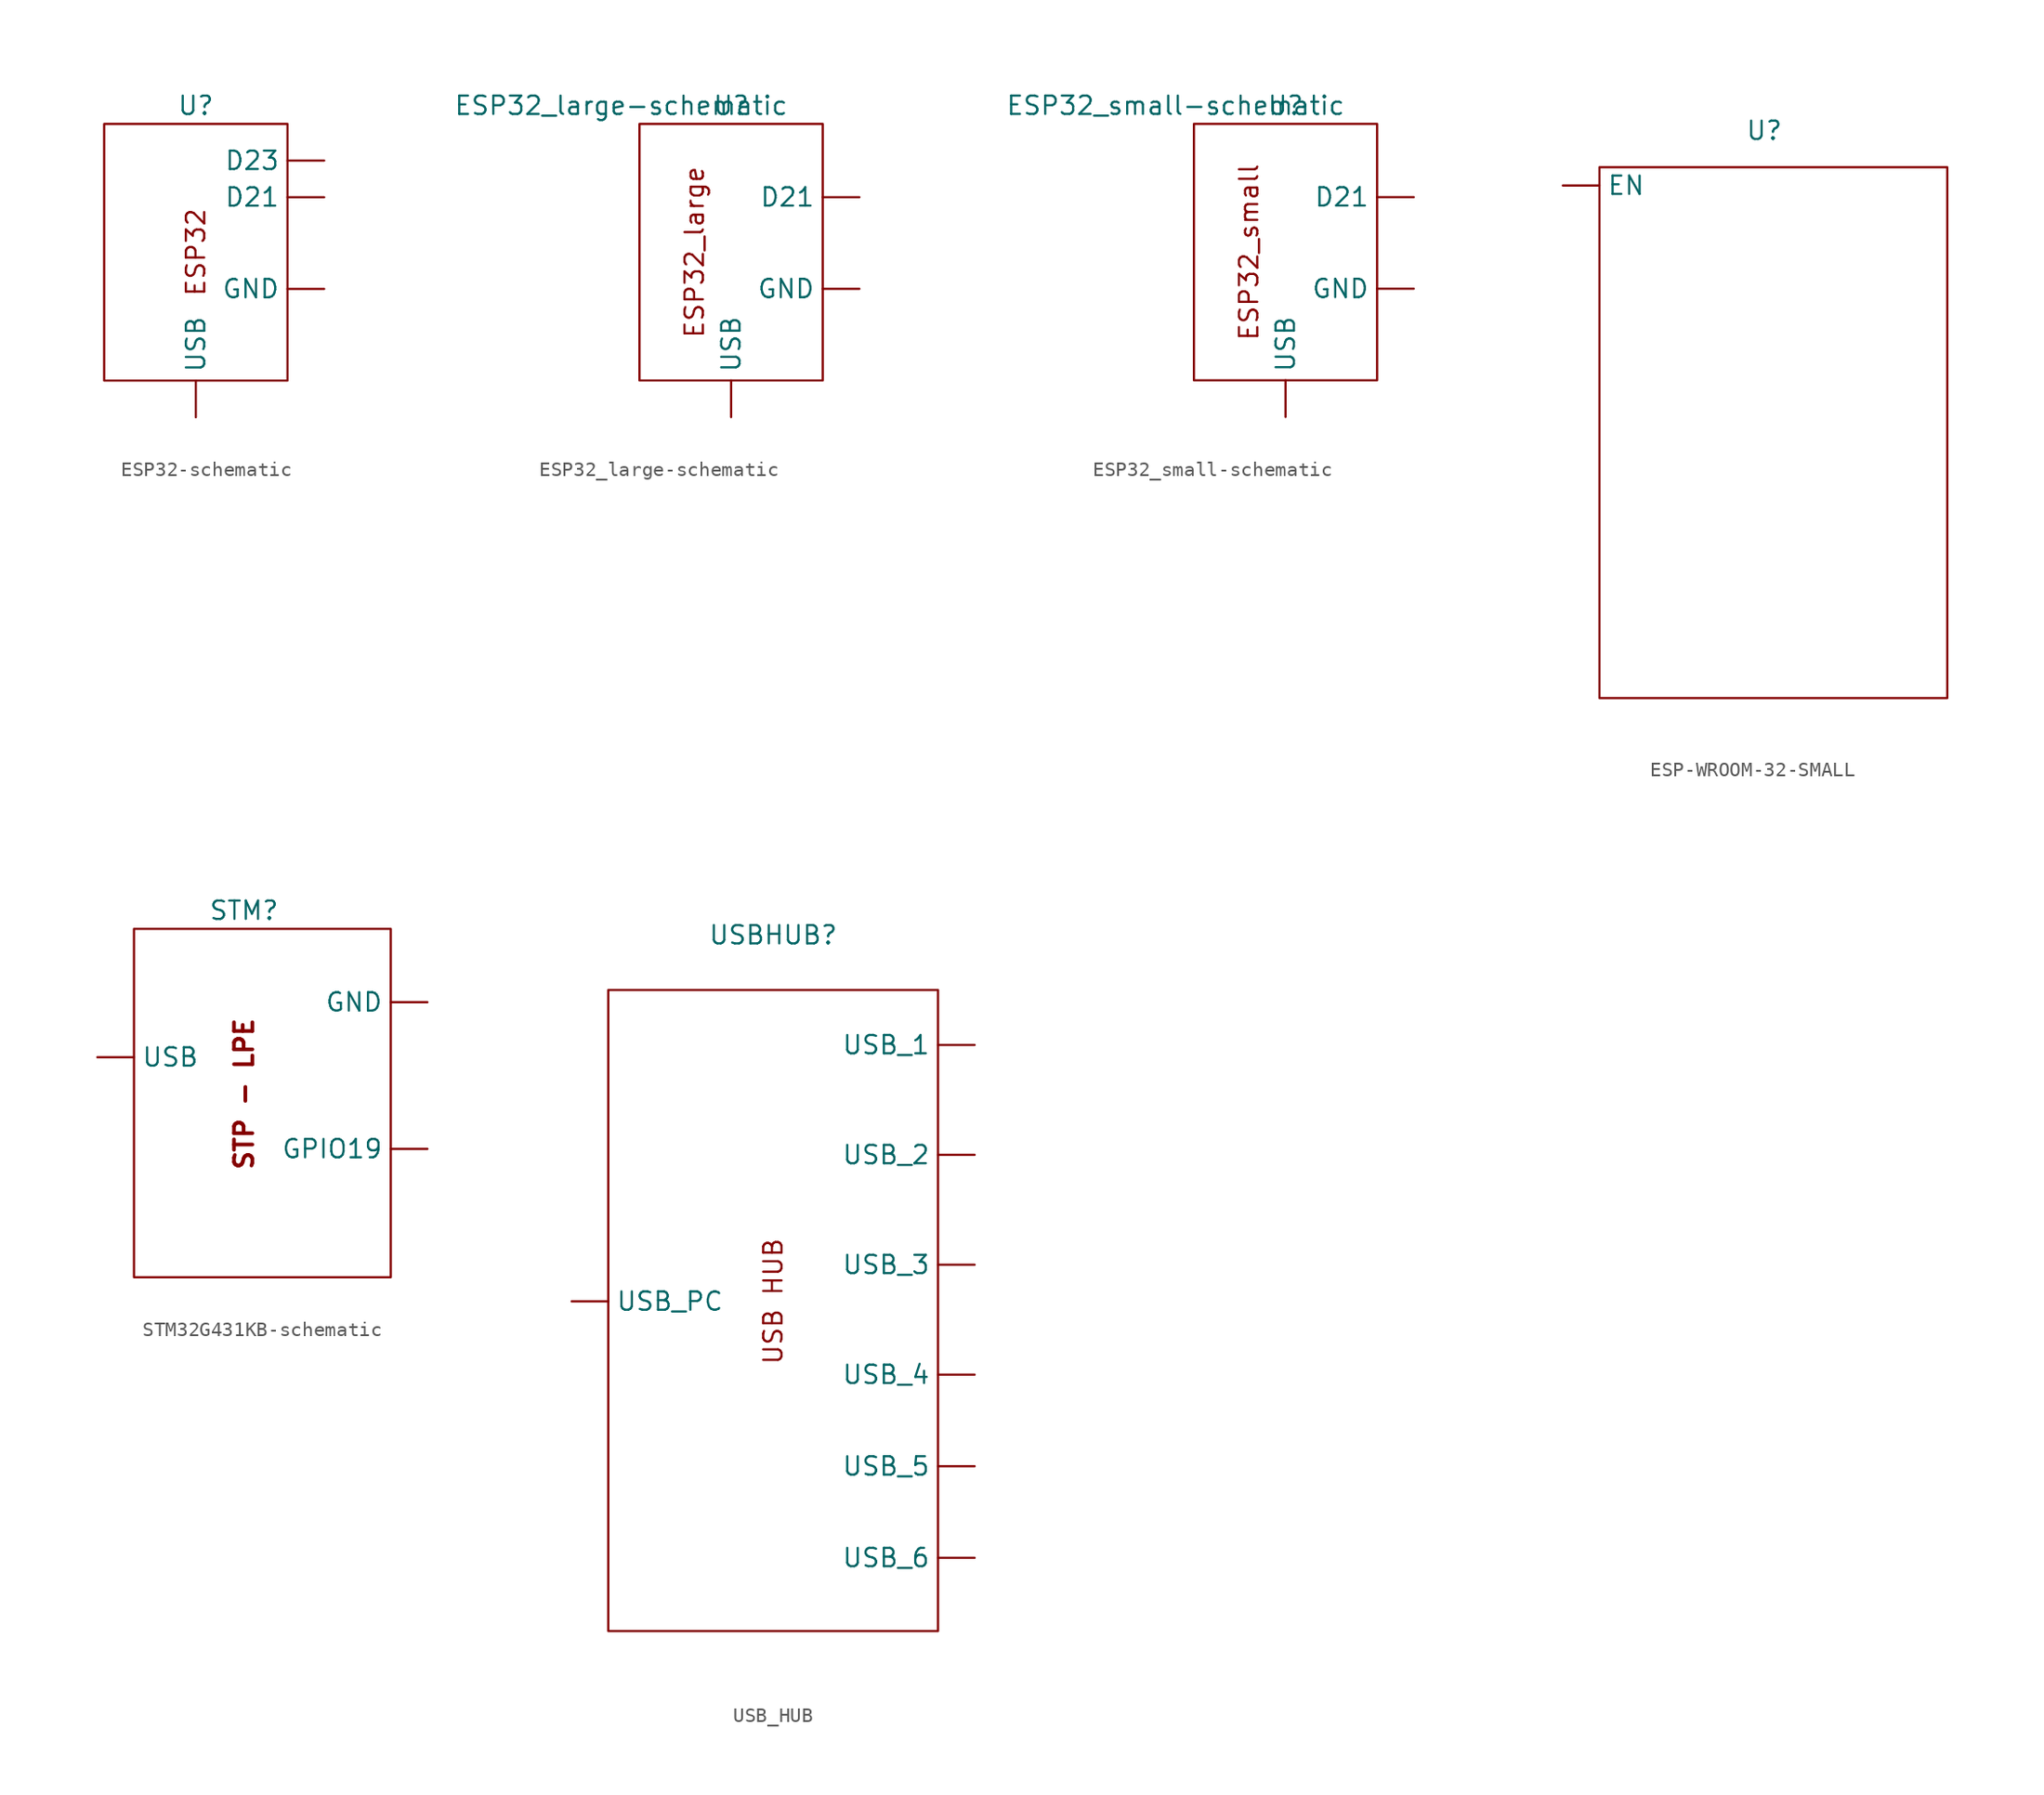
<source format=kicad_sym>
(kicad_symbol_lib
  (version 20220914)
  (generator kicad_symbol_editor)
  (symbol "ESP32-schematic"
    (property "Reference" "U"
      (at 6.35 1.27 0)
      (effects (font (size 1.27 1.27))))
    (property "Value" ""
      (at -1.27 1.27 0)
      (effects (font (size 1.27 1.27))))
    (symbol "ESP32-schematic_0_1"
      (rectangle (start 0 0) (end 12.7 -17.78) (stroke (width 0) (type default)) (fill (type none))))
    (symbol "ESP32-schematic_1_1"
      (text "ESP32" (at 6.35 -8.89 900) (effects (font (size 1.27 1.27))))
      (pin bidirectional line (at 15.24 -5.08 180) (length 2.54) (name "D21" (effects (font (size 1.27 1.27)))) (number "" (effects (font (size 1.27 1.27)))))
      (pin bidirectional line (at 15.24 -2.54 180) (length 2.54) (name "D23" (effects (font (size 1.27 1.27)))) (number "" (effects (font (size 1.27 1.27)))))
      (pin bidirectional line (at 15.24 -11.43 180) (length 2.54) (name "GND" (effects (font (size 1.27 1.27)))) (number "" (effects (font (size 1.27 1.27)))))
      (pin bidirectional line (at 6.35 -20.32 90) (length 2.54) (name "USB" (effects (font (size 1.27 1.27)))) (number "" (effects (font (size 1.27 1.27)))))))
  (symbol "ESP32_large-schematic"
    (property "Reference" "U"
      (at 6.35 1.27 0)
      (effects (font (size 1.27 1.27))))
    (property "Value" "ESP32_large-schematic"
      (at -1.27 1.27 0)
      (effects (font (size 1.27 1.27))))
    (symbol "ESP32_large-schematic_0_1"
      (rectangle (start 0 0) (end 12.7 -17.78) (stroke (width 0) (type default)) (fill (type none))))
    (symbol "ESP32_large-schematic_1_1"
      (text "ESP32_large" (at 3.81 -8.89 900) (effects (font (size 1.27 1.27))))
      (pin bidirectional line (at 15.24 -5.08 180) (length 2.54) (name "D21" (effects (font (size 1.27 1.27)))) (number "" (effects (font (size 1.27 1.27)))))
      (pin bidirectional line (at 15.24 -11.43 180) (length 2.54) (name "GND" (effects (font (size 1.27 1.27)))) (number "" (effects (font (size 1.27 1.27)))))
      (pin bidirectional line (at 6.35 -20.32 90) (length 2.54) (name "USB" (effects (font (size 1.27 1.27)))) (number "" (effects (font (size 1.27 1.27)))))))
  (symbol "ESP32_small-schematic"
    (property "Reference" "U"
      (at 6.35 1.27 0)
      (effects (font (size 1.27 1.27))))
    (property "Value" "ESP32_small-schematic"
      (at -1.27 1.27 0)
      (effects (font (size 1.27 1.27))))
    (symbol "ESP32_small-schematic_0_1"
      (rectangle (start 0 0) (end 12.7 -17.78) (stroke (width 0) (type default)) (fill (type none))))
    (symbol "ESP32_small-schematic_1_1"
      (text "ESP32_small\n" (at 3.81 -8.89 900) (effects (font (size 1.27 1.27))))
      (pin bidirectional line (at 15.24 -5.08 180) (length 2.54) (name "D21" (effects (font (size 1.27 1.27)))) (number "" (effects (font (size 1.27 1.27)))))
      (pin bidirectional line (at 15.24 -11.43 180) (length 2.54) (name "GND" (effects (font (size 1.27 1.27)))) (number "" (effects (font (size 1.27 1.27)))))
      (pin bidirectional line (at 6.35 -20.32 90) (length 2.54) (name "USB" (effects (font (size 1.27 1.27)))) (number "" (effects (font (size 1.27 1.27)))))))
  (symbol "ESP-WROOM-32-SMALL"
    (property "Reference" "U"
      (at 12.7 -2.54 0)
      (effects (font (size 1.27 1.27))))
    (property "Value" ""
      (at 12.7 -2.54 0)
      (effects (font (size 1.27 1.27))))
    (symbol "ESP-WROOM-32-SMALL_0_1"
      (rectangle (start 1.27 -5.08) (end 25.4 -41.91) (stroke (width 0) (type default)) (fill (type none))))
    (symbol "ESP-WROOM-32-SMALL_1_1"
      (pin input line (at -1.27 -6.35 0) (length 2.54) (name "EN" (effects (font (size 1.27 1.27)))) (number "" (effects (font (size 1.27 1.27)))))))
  (symbol "STM32G431KB-schematic"
    (property "Reference" "STM"
      (at 2.54 -1.27 0)
      (effects (font (size 1.27 1.27))))
    (property "Value" ""
      (at 0 0 0)
      (effects (font (size 1.27 1.27))))
    (symbol "STM32G431KB-schematic_0_1"
      (rectangle (start -5.08 -2.54) (end 12.7 -26.67) (stroke (width 0) (type default)) (fill (type none))))
    (symbol "STM32G431KB-schematic_1_1"
      (text "STP - LPE\n" (at 2.54 -13.97 900) (effects (font (size 1.27 1.27) bold)))
      (pin bidirectional line (at 15.24 -7.62 180) (length 2.54) (name "GND" (effects (font (size 1.27 1.27)))) (number "" (effects (font (size 1.27 1.27)))))
      (pin output line (at 15.24 -17.78 180) (length 2.54) (name "GPIO19" (effects (font (size 1.27 1.27)))) (number "" (effects (font (size 1.27 1.27)))))
      (pin bidirectional line (at -7.62 -11.43 0) (length 2.54) (name "USB" (effects (font (size 1.27 1.27)))) (number "" (effects (font (size 1.27 1.27)))))))
  (symbol "USB_HUB"
    (property "Reference" "USBHUB"
      (at 0 0 0)
      (effects (font (size 1.27 1.27))))
    (property "Value" ""
      (at 0 0 0)
      (effects (font (size 1.27 1.27))))
    (symbol "USB_HUB_0_1"
      (rectangle (start -11.43 -3.81) (end 11.43 -48.26) (stroke (width 0) (type default)) (fill (type none))))
    (symbol "USB_HUB_1_1"
      (text "USB HUB" (at 0 -25.4 900) (effects (font (size 1.27 1.27))))
      (pin input line (at 13.97 -7.62 180) (length 2.54) (name "USB_1" (effects (font (size 1.27 1.27)))) (number "" (effects (font (size 1.27 1.27)))))
      (pin input line (at 13.97 -15.24 180) (length 2.54) (name "USB_2" (effects (font (size 1.27 1.27)))) (number "" (effects (font (size 1.27 1.27)))))
      (pin input line (at 13.97 -22.86 180) (length 2.54) (name "USB_3" (effects (font (size 1.27 1.27)))) (number "" (effects (font (size 1.27 1.27)))))
      (pin input line (at 13.97 -30.48 180) (length 2.54) (name "USB_4" (effects (font (size 1.27 1.27)))) (number "" (effects (font (size 1.27 1.27)))))
      (pin input line (at 13.97 -36.83 180) (length 2.54) (name "USB_5" (effects (font (size 1.27 1.27)))) (number "" (effects (font (size 1.27 1.27)))))
      (pin input line (at 13.97 -43.18 180) (length 2.54) (name "USB_6" (effects (font (size 1.27 1.27)))) (number "" (effects (font (size 1.27 1.27)))))
      (pin output line (at -13.97 -25.4 0) (length 2.54) (name "USB_PC" (effects (font (size 1.27 1.27)))) (number "" (effects (font (size 1.27 1.27))))))))
</source>
